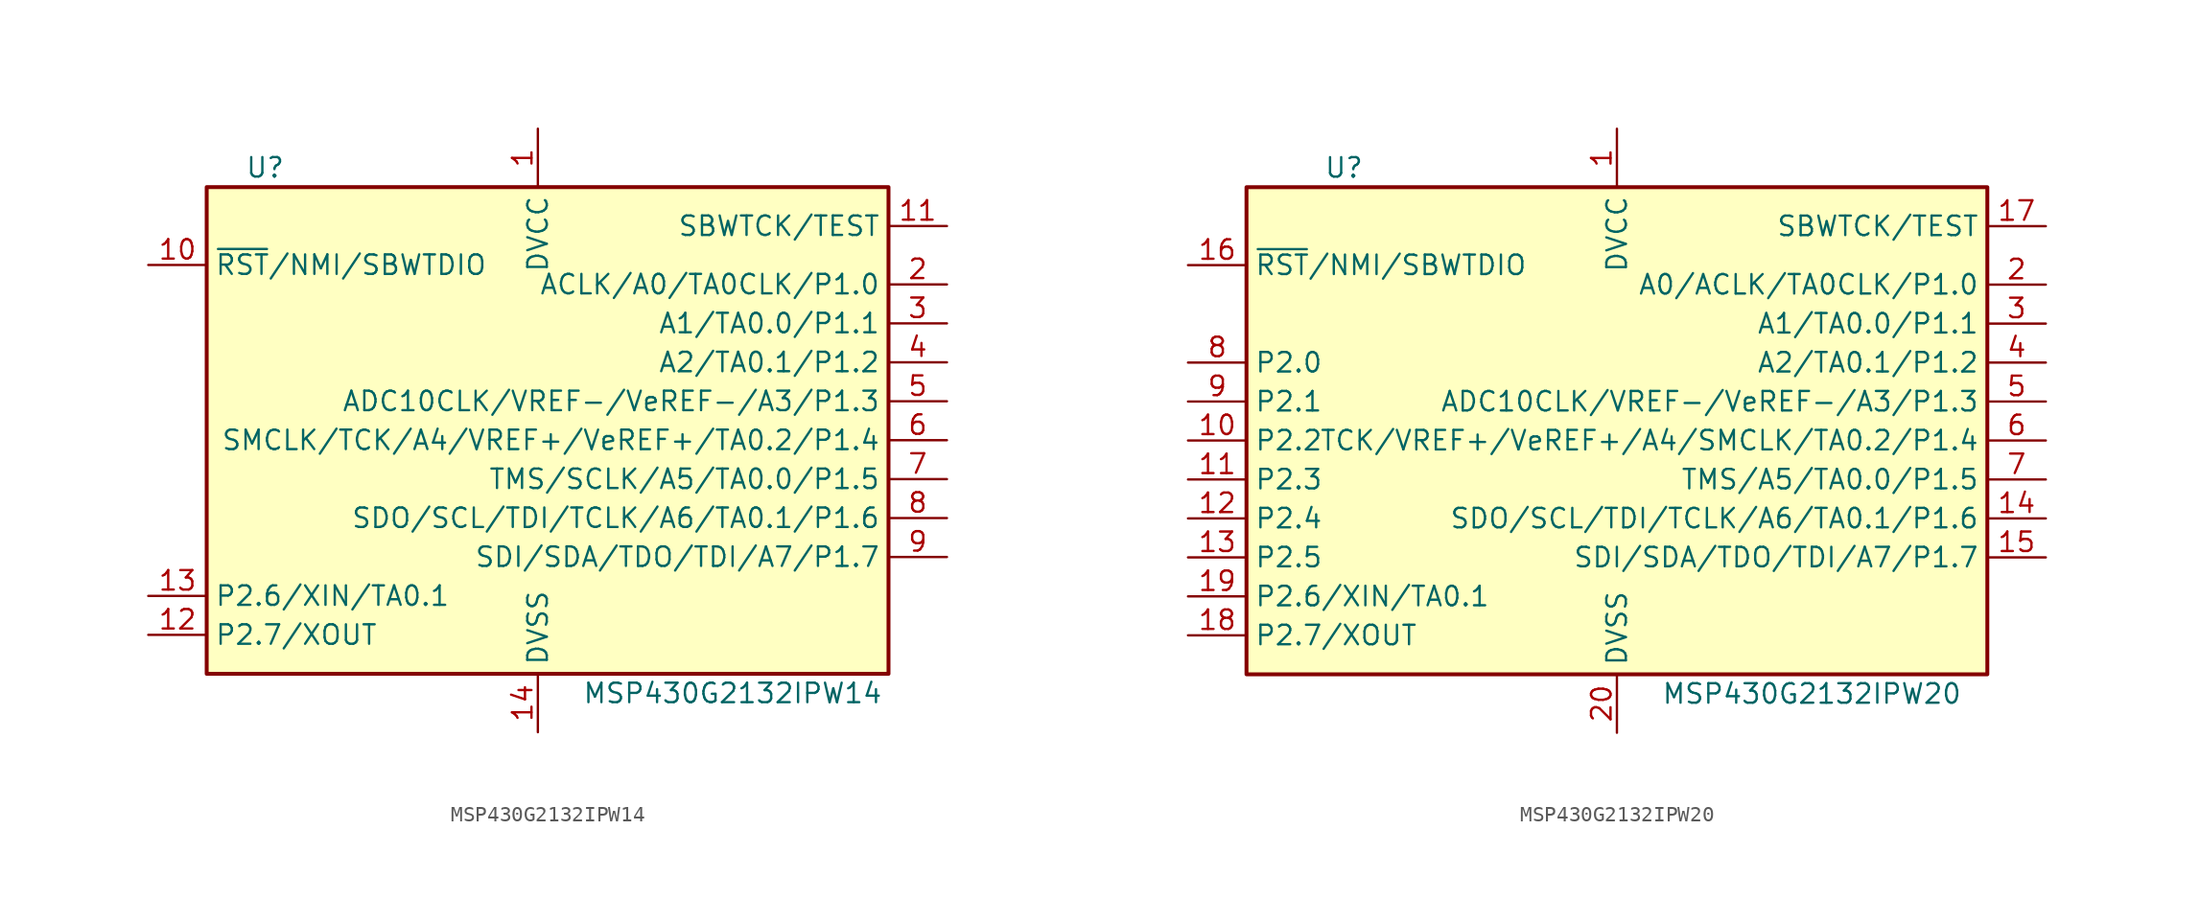
<source format=kicad_sym>
(kicad_symbol_lib
  (version 20220914)
  (generator kicad_symbol_editor)
  (symbol "MSP430G2132IPW14"
    (property "Reference" "U"
      (at -17.78 17.78 0)
      (effects (font (size 1.27 1.27))))
    (property "Value" "MSP430G2132IPW14"
      (at 12.7 -16.51 0)
      (effects (font (size 1.27 1.27))))
    (symbol "MSP430G2132IPW14_0_1"
      (rectangle (start -21.59 16.51) (end 22.86 -15.24) (stroke (width 0.254) (type default)) (fill (type background))))
    (symbol "MSP430G2132IPW14_1_1"
      (pin power_in line (at 0 20.32 270) (length 3.81) (name "DVCC" (effects (font (size 1.27 1.27)))) (number "1" (effects (font (size 1.27 1.27)))))
      (pin input line (at -25.4 11.43 0) (length 3.81) (name "~{RST}/NMI/SBWTDIO" (effects (font (size 1.27 1.27)))) (number "10" (effects (font (size 1.27 1.27)))))
      (pin input line (at 26.67 13.97 180) (length 3.81) (name "SBWTCK/TEST" (effects (font (size 1.27 1.27)))) (number "11" (effects (font (size 1.27 1.27)))))
      (pin bidirectional line (at -25.4 -12.7 0) (length 3.81) (name "P2.7/XOUT" (effects (font (size 1.27 1.27)))) (number "12" (effects (font (size 1.27 1.27)))))
      (pin bidirectional line (at -25.4 -10.16 0) (length 3.81) (name "P2.6/XIN/TA0.1" (effects (font (size 1.27 1.27)))) (number "13" (effects (font (size 1.27 1.27)))))
      (pin power_in line (at 0 -19.05 90) (length 3.81) (name "DVSS" (effects (font (size 1.27 1.27)))) (number "14" (effects (font (size 1.27 1.27)))))
      (pin bidirectional line (at 26.67 10.16 180) (length 3.81) (name "ACLK/A0/TA0CLK/P1.0" (effects (font (size 1.27 1.27)))) (number "2" (effects (font (size 1.27 1.27)))))
      (pin bidirectional line (at 26.67 7.62 180) (length 3.81) (name "A1/TA0.0/P1.1" (effects (font (size 1.27 1.27)))) (number "3" (effects (font (size 1.27 1.27)))))
      (pin bidirectional line (at 26.67 5.08 180) (length 3.81) (name "A2/TA0.1/P1.2" (effects (font (size 1.27 1.27)))) (number "4" (effects (font (size 1.27 1.27)))))
      (pin bidirectional line (at 26.67 2.54 180) (length 3.81) (name "ADC10CLK/VREF-/VeREF-/A3/P1.3" (effects (font (size 1.27 1.27)))) (number "5" (effects (font (size 1.27 1.27)))))
      (pin bidirectional line (at 26.67 0 180) (length 3.81) (name "SMCLK/TCK/A4/VREF+/VeREF+/TA0.2/P1.4" (effects (font (size 1.27 1.27)))) (number "6" (effects (font (size 1.27 1.27)))))
      (pin bidirectional line (at 26.67 -2.54 180) (length 3.81) (name "TMS/SCLK/A5/TA0.0/P1.5" (effects (font (size 1.27 1.27)))) (number "7" (effects (font (size 1.27 1.27)))))
      (pin bidirectional line (at 26.67 -5.08 180) (length 3.81) (name "SDO/SCL/TDI/TCLK/A6/TA0.1/P1.6" (effects (font (size 1.27 1.27)))) (number "8" (effects (font (size 1.27 1.27)))))
      (pin bidirectional line (at 26.67 -7.62 180) (length 3.81) (name "SDI/SDA/TDO/TDI/A7/P1.7" (effects (font (size 1.27 1.27)))) (number "9" (effects (font (size 1.27 1.27)))))))
  (symbol "MSP430G2132IPW20"
    (property "Reference" "U"
      (at -17.78 17.78 0)
      (effects (font (size 1.27 1.27))))
    (property "Value" "MSP430G2132IPW20"
      (at 12.7 -16.51 0)
      (effects (font (size 1.27 1.27))))
    (symbol "MSP430G2132IPW20_0_1"
      (rectangle (start -24.13 16.51) (end 24.13 -15.24) (stroke (width 0.254) (type default)) (fill (type background))))
    (symbol "MSP430G2132IPW20_1_1"
      (pin power_in line (at 0 20.32 270) (length 3.81) (name "DVCC" (effects (font (size 1.27 1.27)))) (number "1" (effects (font (size 1.27 1.27)))))
      (pin bidirectional line (at -27.94 0 0) (length 3.81) (name "P2.2" (effects (font (size 1.27 1.27)))) (number "10" (effects (font (size 1.27 1.27)))))
      (pin bidirectional line (at -27.94 -2.54 0) (length 3.81) (name "P2.3" (effects (font (size 1.27 1.27)))) (number "11" (effects (font (size 1.27 1.27)))))
      (pin bidirectional line (at -27.94 -5.08 0) (length 3.81) (name "P2.4" (effects (font (size 1.27 1.27)))) (number "12" (effects (font (size 1.27 1.27)))))
      (pin bidirectional line (at -27.94 -7.62 0) (length 3.81) (name "P2.5" (effects (font (size 1.27 1.27)))) (number "13" (effects (font (size 1.27 1.27)))))
      (pin bidirectional line (at 27.94 -5.08 180) (length 3.81) (name "SDO/SCL/TDI/TCLK/A6/TA0.1/P1.6" (effects (font (size 1.27 1.27)))) (number "14" (effects (font (size 1.27 1.27)))))
      (pin bidirectional line (at 27.94 -7.62 180) (length 3.81) (name "SDI/SDA/TDO/TDI/A7/P1.7" (effects (font (size 1.27 1.27)))) (number "15" (effects (font (size 1.27 1.27)))))
      (pin input line (at -27.94 11.43 0) (length 3.81) (name "~{RST}/NMI/SBWTDIO" (effects (font (size 1.27 1.27)))) (number "16" (effects (font (size 1.27 1.27)))))
      (pin input line (at 27.94 13.97 180) (length 3.81) (name "SBWTCK/TEST" (effects (font (size 1.27 1.27)))) (number "17" (effects (font (size 1.27 1.27)))))
      (pin bidirectional line (at -27.94 -12.7 0) (length 3.81) (name "P2.7/XOUT" (effects (font (size 1.27 1.27)))) (number "18" (effects (font (size 1.27 1.27)))))
      (pin bidirectional line (at -27.94 -10.16 0) (length 3.81) (name "P2.6/XIN/TA0.1" (effects (font (size 1.27 1.27)))) (number "19" (effects (font (size 1.27 1.27)))))
      (pin bidirectional line (at 27.94 10.16 180) (length 3.81) (name "A0/ACLK/TA0CLK/P1.0" (effects (font (size 1.27 1.27)))) (number "2" (effects (font (size 1.27 1.27)))))
      (pin power_in line (at 0 -19.05 90) (length 3.81) (name "DVSS" (effects (font (size 1.27 1.27)))) (number "20" (effects (font (size 1.27 1.27)))))
      (pin bidirectional line (at 27.94 7.62 180) (length 3.81) (name "A1/TA0.0/P1.1" (effects (font (size 1.27 1.27)))) (number "3" (effects (font (size 1.27 1.27)))))
      (pin bidirectional line (at 27.94 5.08 180) (length 3.81) (name "A2/TA0.1/P1.2" (effects (font (size 1.27 1.27)))) (number "4" (effects (font (size 1.27 1.27)))))
      (pin bidirectional line (at 27.94 2.54 180) (length 3.81) (name "ADC10CLK/VREF-/VeREF-/A3/P1.3" (effects (font (size 1.27 1.27)))) (number "5" (effects (font (size 1.27 1.27)))))
      (pin bidirectional line (at 27.94 0 180) (length 3.81) (name "TCK/VREF+/VeREF+/A4/SMCLK/TA0.2/P1.4" (effects (font (size 1.27 1.27)))) (number "6" (effects (font (size 1.27 1.27)))))
      (pin bidirectional line (at 27.94 -2.54 180) (length 3.81) (name "TMS/A5/TA0.0/P1.5" (effects (font (size 1.27 1.27)))) (number "7" (effects (font (size 1.27 1.27)))))
      (pin bidirectional line (at -27.94 5.08 0) (length 3.81) (name "P2.0" (effects (font (size 1.27 1.27)))) (number "8" (effects (font (size 1.27 1.27)))))
      (pin bidirectional line (at -27.94 2.54 0) (length 3.81) (name "P2.1" (effects (font (size 1.27 1.27)))) (number "9" (effects (font (size 1.27 1.27))))))))
</source>
